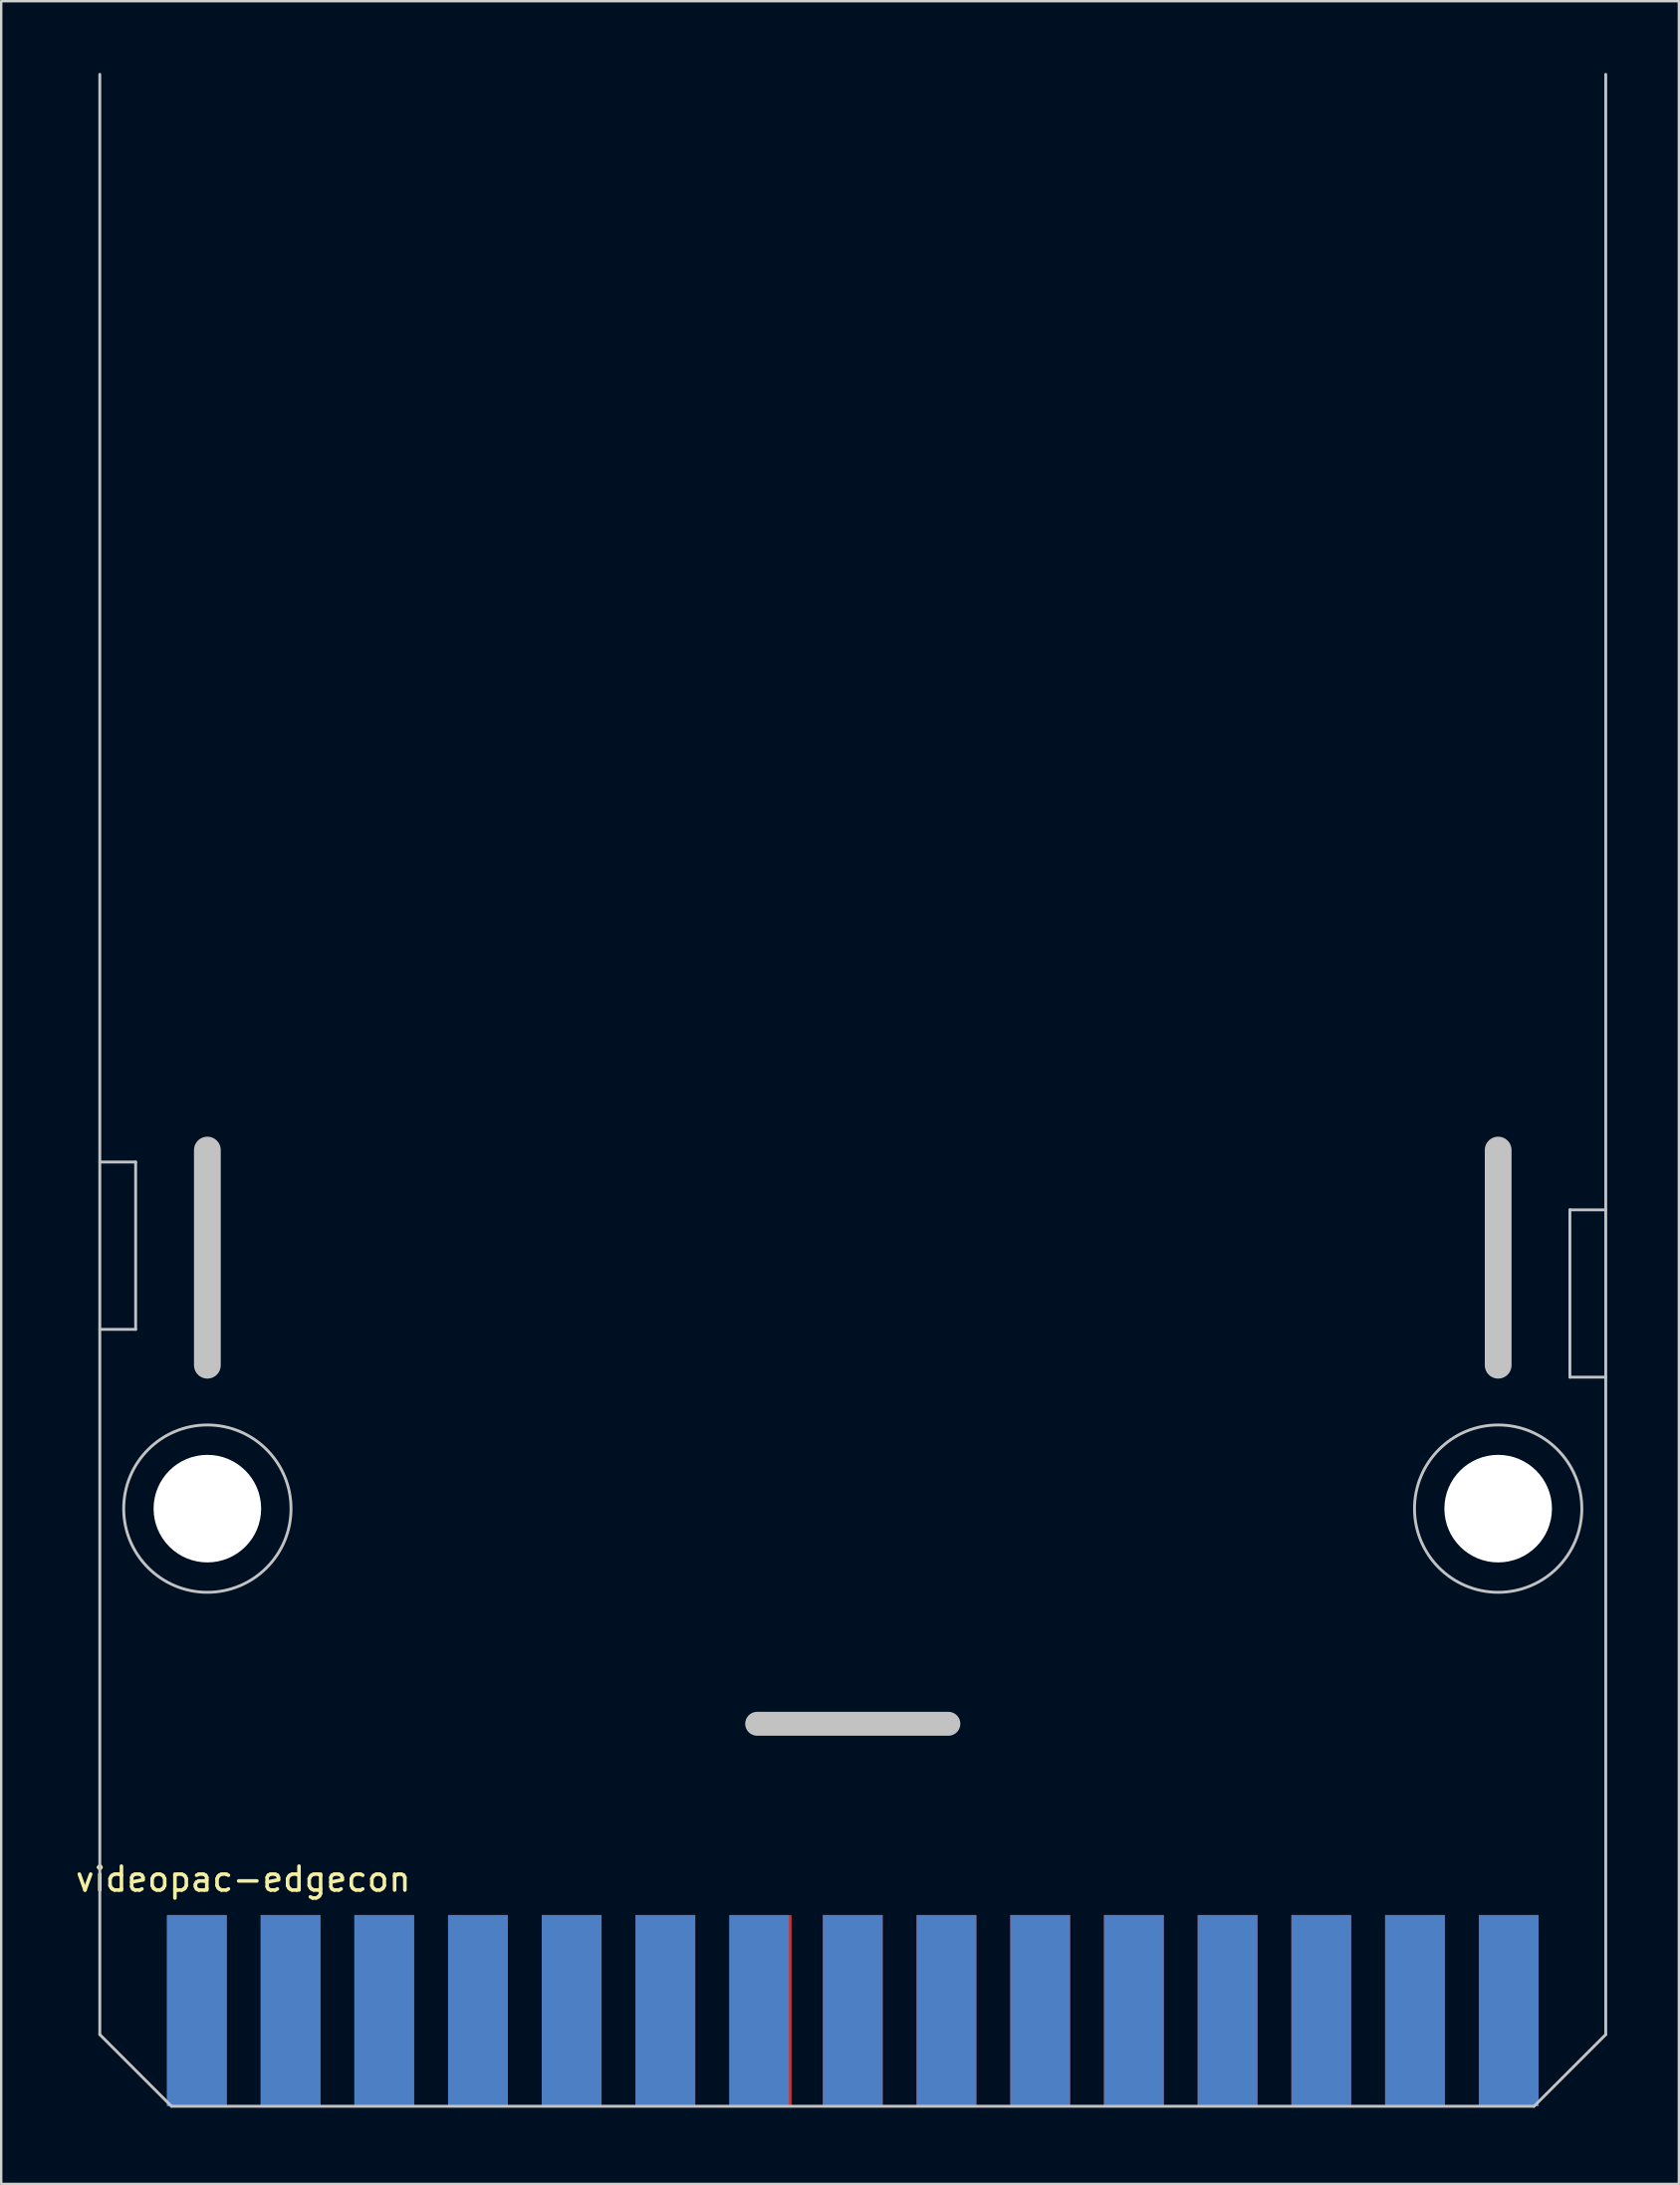
<source format=kicad_pcb>
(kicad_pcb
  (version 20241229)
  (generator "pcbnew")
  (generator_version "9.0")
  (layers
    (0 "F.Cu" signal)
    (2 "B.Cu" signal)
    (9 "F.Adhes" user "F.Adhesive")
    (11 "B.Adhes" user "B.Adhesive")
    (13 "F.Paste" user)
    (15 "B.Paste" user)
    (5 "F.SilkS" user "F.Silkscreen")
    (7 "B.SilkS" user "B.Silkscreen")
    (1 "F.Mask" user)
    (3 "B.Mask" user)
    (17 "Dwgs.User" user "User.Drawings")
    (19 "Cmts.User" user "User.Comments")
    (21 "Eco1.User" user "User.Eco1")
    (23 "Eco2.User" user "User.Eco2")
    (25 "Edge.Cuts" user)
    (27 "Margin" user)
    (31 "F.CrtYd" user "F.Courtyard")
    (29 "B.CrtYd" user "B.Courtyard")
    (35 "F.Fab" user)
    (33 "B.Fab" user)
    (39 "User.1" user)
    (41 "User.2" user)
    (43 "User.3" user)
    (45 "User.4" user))
  (footprint "videopac-edgecon"
    (layer "F.Cu")
    (at 32.625 85.06)
    (property "Reference" "videopac-edgecon" (at -25.5 -9.5 0) (layer "F.SilkS") (effects (font (size 1 1) (thickness 0.15))))
    (attr through_hole)
    (fp_line (start -31.5 -32.5) (end -30 -32.5) (stroke (width 0.12) (type solid)) (layer "Dwgs.User"))
    (fp_line (start -31.5 -3) (end -31.5 -85) (stroke (width 0.12) (type solid)) (layer "Dwgs.User"))
    (fp_line (start -30 -39.5) (end -31.5 -39.5) (stroke (width 0.12) (type solid)) (layer "Dwgs.User"))
    (fp_line (start -30 -32.5) (end -30 -39.5) (stroke (width 0.12) (type solid)) (layer "Dwgs.User"))
    (fp_line (start -28.5 0) (end -31.5 -3) (stroke (width 0.12) (type solid)) (layer "Dwgs.User"))
    (fp_line (start -28.5 0) (end 28.5 0) (stroke (width 0.12) (type solid)) (layer "Dwgs.User"))
    (fp_line (start -27 -31) (end -27 -40) (stroke (width 1.12) (type solid)) (layer "Dwgs.User"))
    (fp_line (start -4 -16) (end 4 -16) (stroke (width 1) (type solid)) (layer "Dwgs.User"))
    (fp_line (start 27 -31) (end 27 -40) (stroke (width 1.12) (type solid)) (layer "Dwgs.User"))
    (fp_line (start 28.5 0) (end 31.5 -3) (stroke (width 0.12) (type solid)) (layer "Dwgs.User"))
    (fp_line (start 30 -37.5) (end 30 -30.5) (stroke (width 0.12) (type solid)) (layer "Dwgs.User"))
    (fp_line (start 30 -37.5) (end 31.5 -37.5) (stroke (width 0.12) (type solid)) (layer "Dwgs.User"))
    (fp_line (start 30 -30.5) (end 31.5 -30.5) (stroke (width 0.12) (type solid)) (layer "Dwgs.User"))
    (fp_line (start 31.5 -3) (end 31.5 -85) (stroke (width 0.12) (type solid)) (layer "Dwgs.User"))
    (fp_circle (center -27 -25) (end -23.5 -25) (stroke (width 0.12) (type solid)) (fill no) (layer "Dwgs.User"))
    (fp_circle (center 27 -25) (end 30.5 -25) (stroke (width 0.12) (type solid)) (fill no) (layer "Dwgs.User"))
    (pad "" np_thru_hole circle (at -27 -25) (size 4.5 4.5) (drill 4.5) (layers "*.Cu" "*.Mask"))
    (pad "" np_thru_hole circle (at 27 -25) (size 4.5 4.5) (drill 4.5) (layers "*.Cu" "*.Mask"))
    (pad "1" smd rect (at -27.44 -4) (size 2.5 8) (layers "F.Cu" "F.Mask" "F.Paste"))
    (pad "2" smd rect (at -23.52 -4) (size 2.5 8) (layers "F.Cu" "F.Mask" "F.Paste"))
    (pad "3" smd rect (at -19.6 -4) (size 2.5 8) (layers "F.Cu" "F.Mask" "F.Paste"))
    (pad "4" smd rect (at -15.68 -4) (size 2.5 8) (layers "F.Cu" "F.Mask" "F.Paste"))
    (pad "5" smd rect (at -11.76 -4) (size 2.5 8) (layers "F.Cu" "F.Mask" "F.Paste"))
    (pad "6" smd rect (at -7.84 -4) (size 2.5 8) (layers "F.Cu" "F.Mask" "F.Paste"))
    (pad "7" smd rect (at -3.81 -4) (size 2.5 8) (layers "F.Cu" "F.Mask" "F.Paste"))
    (pad "8" smd rect (at 0 -4) (size 2.5 8) (layers "F.Cu" "F.Mask" "F.Paste"))
    (pad "9" smd rect (at 3.92 -4) (size 2.5 8) (layers "F.Cu" "F.Mask" "F.Paste"))
    (pad "10" smd rect (at 7.84 -4) (size 2.5 8) (layers "F.Cu" "F.Mask" "F.Paste"))
    (pad "11" smd rect (at 11.76 -4) (size 2.5 8) (layers "F.Cu" "F.Mask" "F.Paste"))
    (pad "12" smd rect (at 15.68 -4) (size 2.5 8) (layers "F.Cu" "F.Mask" "F.Paste"))
    (pad "13" smd rect (at 19.6 -4) (size 2.5 8) (layers "F.Cu" "F.Mask" "F.Paste"))
    (pad "14" smd rect (at 23.52 -4) (size 2.5 8) (layers "F.Cu" "F.Mask" "F.Paste"))
    (pad "15" smd rect (at 27.44 -4) (size 2.5 8) (layers "F.Cu" "F.Mask" "F.Paste"))
    (pad "A" smd rect (at -27.44 -4) (size 2.5 8) (layers "F.Mask" "B.Cu" "F.Paste"))
    (pad "B" smd rect (at -23.52 -4) (size 2.5 8) (layers "F.Mask" "B.Cu" "F.Paste"))
    (pad "C" smd rect (at -19.6 -4) (size 2.5 8) (layers "F.Mask" "B.Cu" "F.Paste"))
    (pad "D" smd rect (at -15.68 -4) (size 2.5 8) (layers "F.Mask" "B.Cu" "F.Paste"))
    (pad "E" smd rect (at -11.76 -4) (size 2.5 8) (layers "F.Mask" "B.Cu" "F.Paste"))
    (pad "F" smd rect (at 7.84 -4) (size 2.5 8) (layers "F.Mask" "B.Cu" "F.Paste"))
    (pad "G" smd rect (at 3.92 -4) (size 2.5 8) (layers "F.Mask" "B.Cu" "F.Paste"))
    (pad "H" smd rect (at 0 -4) (size 2.5 8) (layers "F.Mask" "B.Cu" "F.Paste"))
    (pad "J" smd rect (at -3.92 -4) (size 2.5 8) (layers "F.Mask" "B.Cu" "F.Paste"))
    (pad "K" smd rect (at -7.84 -4) (size 2.5 8) (layers "F.Mask" "B.Cu" "F.Paste"))
    (pad "L" smd rect (at 11.76 -4) (size 2.5 8) (layers "F.Mask" "B.Cu" "F.Paste"))
    (pad "M" smd rect (at 15.68 -4) (size 2.5 8) (layers "F.Mask" "B.Cu" "F.Paste"))
    (pad "N" smd rect (at 19.6 -4) (size 2.5 8) (layers "F.Mask" "B.Cu" "F.Paste"))
    (pad "P" smd rect (at 23.52 -4) (size 2.5 8) (layers "F.Mask" "B.Cu" "F.Paste"))
    (pad "R" smd rect (at 27.44 -4) (size 2.5 8) (layers "F.Mask" "B.Cu" "F.Paste")))
  (gr_rect
    (start -3 -3)
    (end 67.185 88.31)
    (stroke (width 0.1) (type default))
    (fill no)
    (layer "Edge.Cuts")))
</source>
